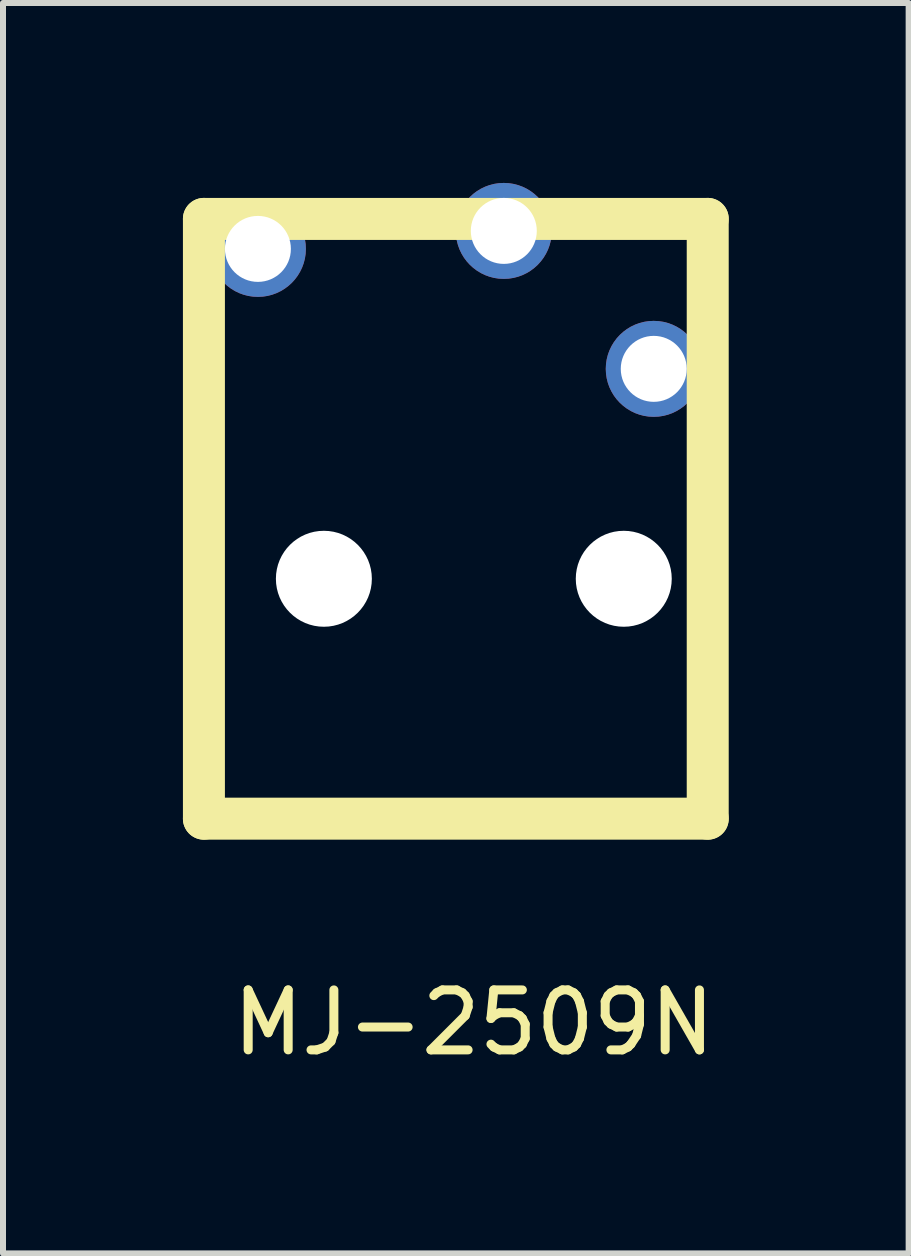
<source format=kicad_pcb>
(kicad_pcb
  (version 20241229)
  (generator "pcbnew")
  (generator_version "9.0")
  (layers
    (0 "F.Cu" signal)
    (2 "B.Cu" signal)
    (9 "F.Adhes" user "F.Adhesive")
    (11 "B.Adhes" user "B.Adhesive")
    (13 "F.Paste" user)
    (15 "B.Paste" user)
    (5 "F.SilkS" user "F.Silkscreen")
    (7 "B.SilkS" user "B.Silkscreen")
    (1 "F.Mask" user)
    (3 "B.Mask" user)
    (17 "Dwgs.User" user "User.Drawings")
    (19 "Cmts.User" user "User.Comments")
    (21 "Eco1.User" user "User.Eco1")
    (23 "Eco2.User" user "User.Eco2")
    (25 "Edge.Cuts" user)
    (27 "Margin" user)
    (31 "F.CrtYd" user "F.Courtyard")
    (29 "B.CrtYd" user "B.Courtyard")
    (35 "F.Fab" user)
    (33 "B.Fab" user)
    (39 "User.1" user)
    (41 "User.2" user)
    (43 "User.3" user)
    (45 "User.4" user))
  (footprint "MJ-2509N"
    (layer "F.Cu")
    (at 5.35 10.6)
    (property "Reference" "MJ-2509N" (at -0.5 3.4 0) (layer "F.SilkS") (effects (font (size 1 1) (thickness 0.15))))
    (attr through_hole)
    (fp_line (start -5 -10) (end 3.4 -10) (stroke (width 0.7) (type solid)) (layer "F.SilkS"))
    (fp_line (start -5 0) (end -5 -10) (stroke (width 0.7) (type solid)) (layer "F.SilkS"))
    (fp_line (start 3.4 0) (end -5 0) (stroke (width 0.7) (type solid)) (layer "F.SilkS"))
    (fp_line (start 3.4 0) (end 3.4 -10) (stroke (width 0.7) (type solid)) (layer "F.SilkS"))
    (pad "" np_thru_hole circle (at -3 -4) (size 1.6 1.6) (drill 1.6) (layers "*.Cu" "*.Mask"))
    (pad "" np_thru_hole circle (at 2 -4) (size 1.6 1.6) (drill 1.6) (layers "*.Cu" "*.Mask"))
    (pad "S" thru_hole circle (at 2.5 -7.5) (size 1.6 1.6) (drill 1.1) (layers "*.Cu" "*.Mask"))
    (pad "T" thru_hole circle (at -4.1 -9.5) (size 1.6 1.6) (drill 1.1) (layers "*.Cu" "*.Mask"))
    (pad "TS" thru_hole circle (at 0 -9.8) (size 1.6 1.6) (drill 1.1) (layers "*.Cu" "*.Mask")))
  (gr_rect
    (start -3 -3)
    (end 12.1 17.848)
    (stroke (width 0.1) (type default))
    (fill no)
    (layer "Edge.Cuts")))
</source>
